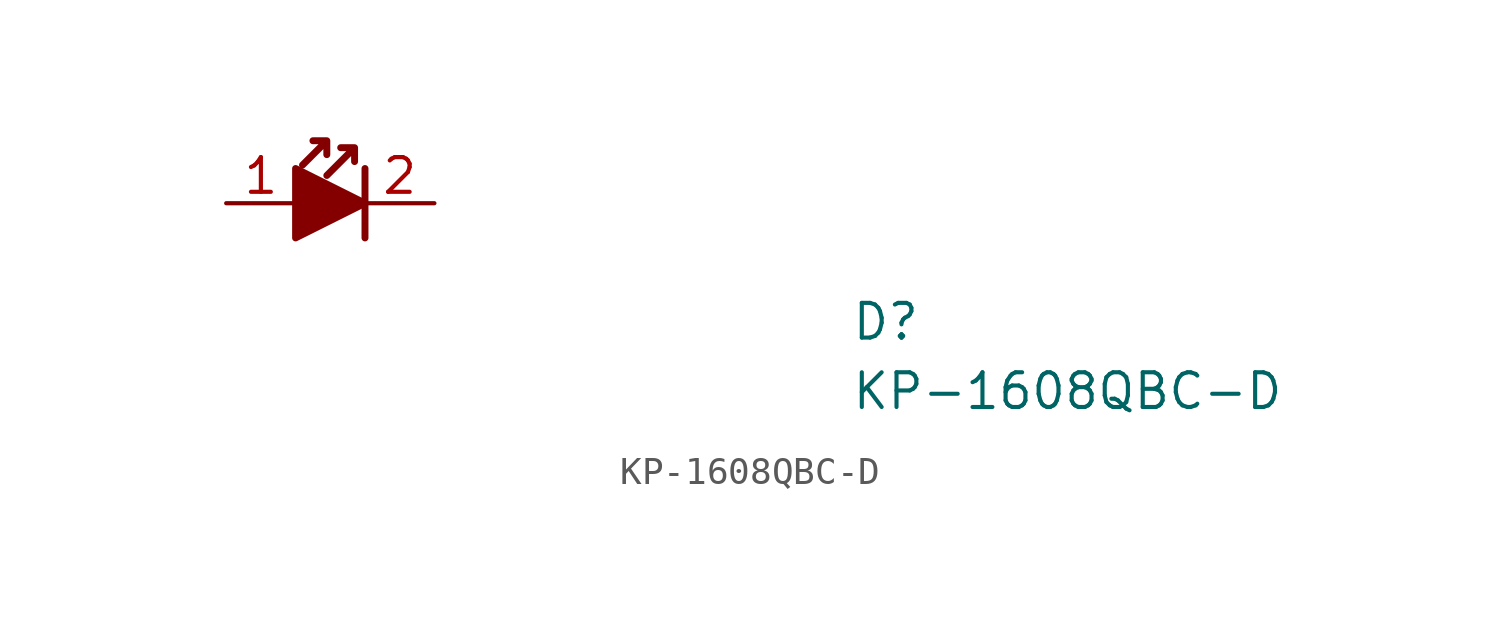
<source format=kicad_sym>
(kicad_symbol_lib
  (version 20211014)
  (generator kicad_symbol_editor)
  (symbol "KP-1608QBC-D"
    (pin_names hide)
    (property "Reference" "D"
      (at 22.86 -5.08 0)
      (effects (font (size 1.27 1.27) (thickness 0.15)) (justify left bottom)))
    (property "Value" "KP-1608QBC-D"
      (at 22.86 -7.62 0)
      (effects (font (size 1.27 1.27) (thickness 0.15)) (justify left bottom)))
    (symbol "KP-1608QBC-D_1_1"
      (polyline (pts (xy 5.08 1.27) (xy 5.08 -1.27)) (stroke (width 0.254) (type default) (color 0 0 0 0)) (fill (type none)))
      (polyline (pts (xy 2.54 1.27) (xy 2.54 -1.27) (xy 5.08 0) (xy 2.54 1.27)) (stroke (width 0.254) (type default) (color 0 0 0 0)) (fill (type outline)))
      (polyline (pts (xy 3.683 2.286) (xy 3.683 1.778) (xy 3.683 2.286) (xy 3.175 2.286) (xy 3.683 2.286) (xy 2.794 1.397)) (stroke (width 0.254) (type default) (color 0 0 0 0)) (fill (type none)))
      (polyline (pts (xy 4.699 2.032) (xy 4.699 1.524) (xy 4.699 2.032) (xy 4.191 2.032) (xy 4.699 2.032) (xy 3.683 1.016)) (stroke (width 0.254) (type default) (color 0 0 0 0)) (fill (type none)))
      (pin passive line (at 0 0 0) (length 2.54) (name "1" (effects (font (size 1.27 1.27)))) (number "1" (effects (font (size 1.27 1.27)))))
      (pin passive line (at 7.62 0 180) (length 2.54) (name "2" (effects (font (size 1.27 1.27)))) (number "2" (effects (font (size 1.27 1.27))))))))
</source>
